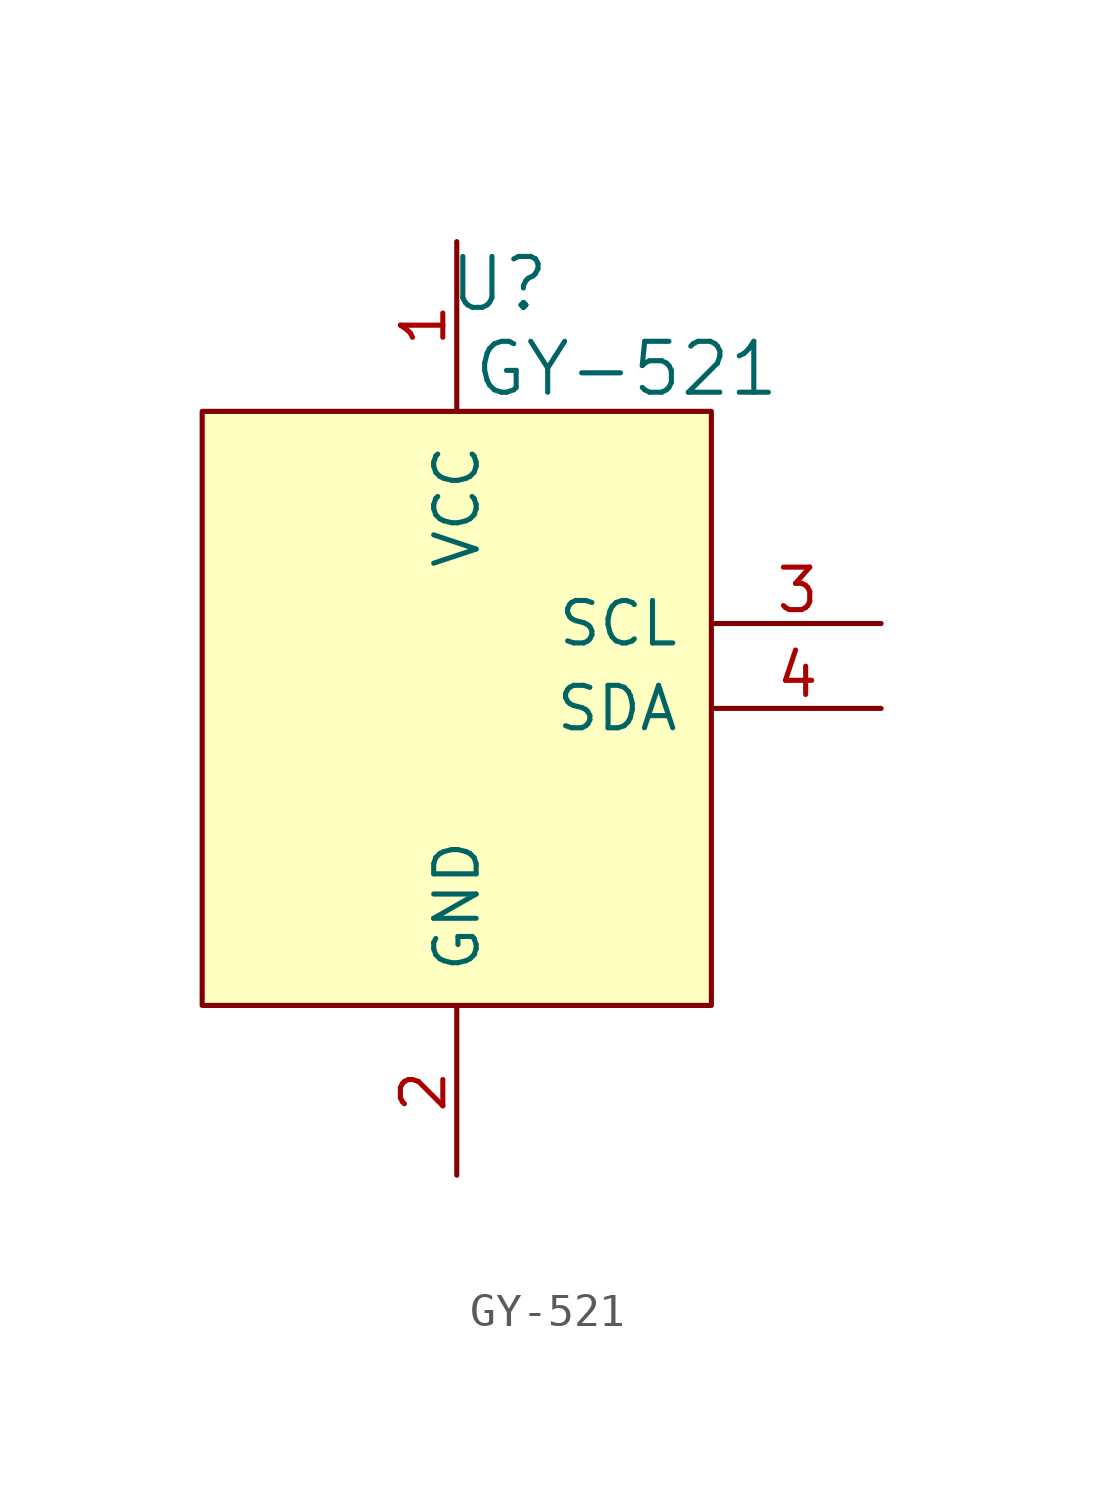
<source format=kicad_sym>
(kicad_symbol_lib
  (version 20220914)
  (generator kicad_symbol_editor)
  (symbol "GY-521"
    (pin_names
      (offset 1.016))
    (property "Reference" "U"
      (at 1.27 12.7 0)
      (effects (font (size 1.524 1.524))))
    (property "Value" "GY-521"
      (at 5.08 10.16 0)
      (effects (font (size 1.524 1.524))))
    (property "Datasheet" ""
      (at 0 0 0)
      (effects (font (size 1.524 1.524))))
    (symbol "GY-521_1_1"
      (rectangle (start -7.62 8.89) (end 7.62 -8.89) (stroke (width 0) (type solid)) (fill (type background)))
      (pin input line (at 0 13.97 270) (length 5) (name "VCC" (effects (font (size 1.27 1.27)))) (number "1" (effects (font (size 1.27 1.27)))))
      (pin input line (at 0 -13.97 90) (length 5) (name "GND" (effects (font (size 1.27 1.27)))) (number "2" (effects (font (size 1.27 1.27)))))
      (pin input line (at 12.7 2.54 180) (length 5) (name "SCL" (effects (font (size 1.27 1.27)))) (number "3" (effects (font (size 1.27 1.27)))))
      (pin input line (at 12.7 0 180) (length 5) (name "SDA" (effects (font (size 1.27 1.27)))) (number "4" (effects (font (size 1.27 1.27))))))))
</source>
